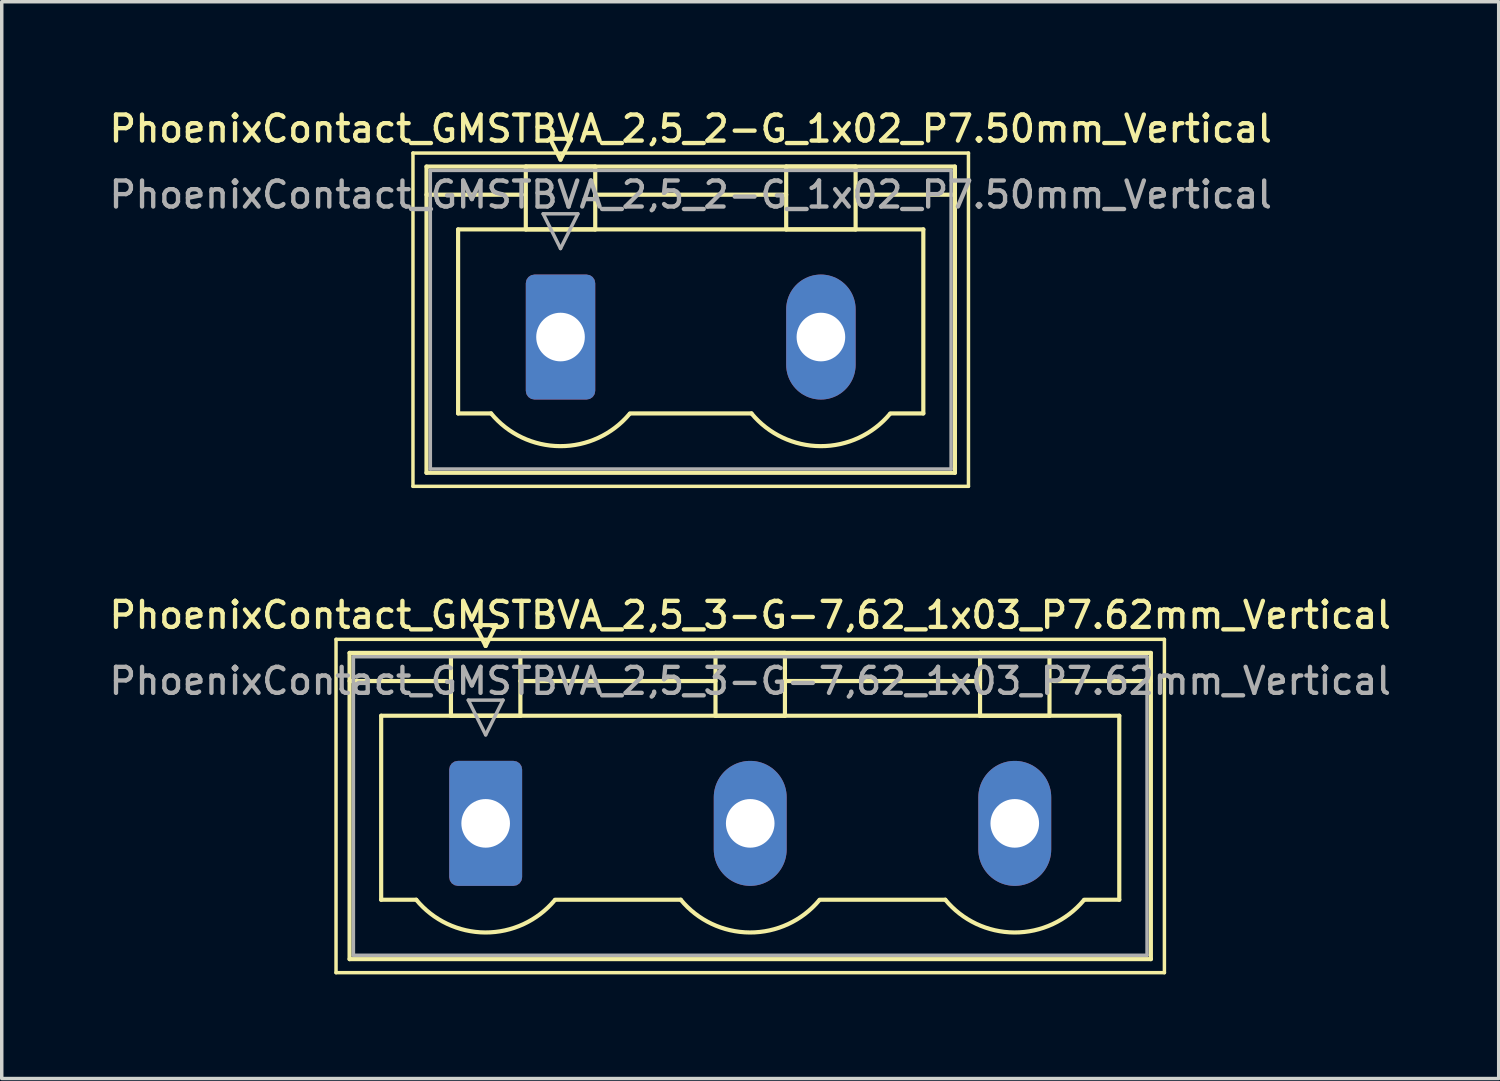
<source format=kicad_pcb>
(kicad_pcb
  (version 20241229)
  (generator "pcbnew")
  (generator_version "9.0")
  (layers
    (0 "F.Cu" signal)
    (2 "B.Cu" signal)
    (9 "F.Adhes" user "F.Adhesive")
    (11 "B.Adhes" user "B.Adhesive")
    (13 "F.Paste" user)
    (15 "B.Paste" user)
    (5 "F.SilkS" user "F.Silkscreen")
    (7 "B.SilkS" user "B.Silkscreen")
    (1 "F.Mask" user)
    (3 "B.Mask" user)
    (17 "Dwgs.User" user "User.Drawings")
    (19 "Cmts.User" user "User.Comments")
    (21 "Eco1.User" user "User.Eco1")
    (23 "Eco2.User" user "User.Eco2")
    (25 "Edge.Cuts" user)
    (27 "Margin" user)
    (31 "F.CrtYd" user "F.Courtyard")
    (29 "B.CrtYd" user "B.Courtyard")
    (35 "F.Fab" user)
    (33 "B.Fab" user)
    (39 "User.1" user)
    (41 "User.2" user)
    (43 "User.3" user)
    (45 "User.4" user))
  (footprint "PhoenixContact_GMSTBVA_2,5_2-G_1x02_P7.50mm_Vertical"
    (layer "F.Cu")
    (at 13.095 6.658)
    (property "Reference" "PhoenixContact_GMSTBVA_2,5_2-G_1x02_P7.50mm_Vertical" (at 3.75 -6 0) (layer "F.SilkS") (effects (font (size 0.75 0.75) (thickness 0.125))))
    (attr through_hole)
    (fp_line (start -4.25 -5.3) (end -4.25 4.3) (stroke (width 0.1) (type solid)) (layer "F.SilkS"))
    (fp_line (start -4.25 4.3) (end 11.75 4.3) (stroke (width 0.1) (type solid)) (layer "F.SilkS"))
    (fp_line (start -3.86 -4.91) (end -3.86 3.91) (stroke (width 0.12) (type solid)) (layer "F.SilkS"))
    (fp_line (start -3.86 -4.1) (end -1.11 -4.1) (stroke (width 0.12) (type solid)) (layer "F.SilkS"))
    (fp_line (start -3.86 3.91) (end 11.36 3.91) (stroke (width 0.12) (type solid)) (layer "F.SilkS"))
    (fp_line (start -2.95 -3.1) (end 10.45 -3.1) (stroke (width 0.12) (type solid)) (layer "F.SilkS"))
    (fp_line (start -2.95 2.2) (end -2.95 -3.1) (stroke (width 0.12) (type solid)) (layer "F.SilkS"))
    (fp_line (start -2 2.2) (end -2.95 2.2) (stroke (width 0.12) (type solid)) (layer "F.SilkS"))
    (fp_line (start -1 -4.91) (end 1 -4.91) (stroke (width 0.12) (type solid)) (layer "F.SilkS"))
    (fp_line (start -1 -3.1) (end -1 -4.91) (stroke (width 0.12) (type solid)) (layer "F.SilkS"))
    (fp_line (start -0.3 -5.71) (end 0.3 -5.71) (stroke (width 0.12) (type solid)) (layer "F.SilkS"))
    (fp_line (start 0 -5.11) (end -0.3 -5.71) (stroke (width 0.12) (type solid)) (layer "F.SilkS"))
    (fp_line (start 0.3 -5.71) (end 0 -5.11) (stroke (width 0.12) (type solid)) (layer "F.SilkS"))
    (fp_line (start 1 -4.91) (end 1 -3.1) (stroke (width 0.12) (type solid)) (layer "F.SilkS"))
    (fp_line (start 1 -4.1) (end 6.5 -4.1) (stroke (width 0.12) (type solid)) (layer "F.SilkS"))
    (fp_line (start 1 -3.1) (end -1 -3.1) (stroke (width 0.12) (type solid)) (layer "F.SilkS"))
    (fp_line (start 2 2.2) (end 5.5 2.2) (stroke (width 0.12) (type solid)) (layer "F.SilkS"))
    (fp_line (start 6.5 -4.91) (end 8.5 -4.91) (stroke (width 0.12) (type solid)) (layer "F.SilkS"))
    (fp_line (start 6.5 -3.1) (end 6.5 -4.91) (stroke (width 0.12) (type solid)) (layer "F.SilkS"))
    (fp_line (start 8.5 -4.91) (end 8.5 -3.1) (stroke (width 0.12) (type solid)) (layer "F.SilkS"))
    (fp_line (start 8.5 -3.1) (end 6.5 -3.1) (stroke (width 0.12) (type solid)) (layer "F.SilkS"))
    (fp_line (start 10.45 -3.1) (end 10.45 2.2) (stroke (width 0.12) (type solid)) (layer "F.SilkS"))
    (fp_line (start 10.45 2.2) (end 9.5 2.2) (stroke (width 0.12) (type solid)) (layer "F.SilkS"))
    (fp_line (start 11.36 -4.91) (end -3.86 -4.91) (stroke (width 0.12) (type solid)) (layer "F.SilkS"))
    (fp_line (start 11.36 -4.1) (end 8.61 -4.1) (stroke (width 0.12) (type solid)) (layer "F.SilkS"))
    (fp_line (start 11.36 3.91) (end 11.36 -4.91) (stroke (width 0.12) (type solid)) (layer "F.SilkS"))
    (fp_line (start 11.75 -5.3) (end -4.25 -5.3) (stroke (width 0.1) (type solid)) (layer "F.SilkS"))
    (fp_line (start 11.75 4.3) (end 11.75 -5.3) (stroke (width 0.1) (type solid)) (layer "F.SilkS"))
    (fp_arc (start 1.986842 2.215821) (mid -0.010289 3.142758) (end -2 2.2) (stroke (width 0.12) (type solid)) (layer "F.SilkS"))
    (fp_arc (start 9.486842 2.215821) (mid 7.489711 3.142758) (end 5.5 2.2) (stroke (width 0.12) (type solid)) (layer "F.SilkS"))
    (fp_line (start -3.75 -4.8) (end -3.75 3.8) (stroke (width 0.1) (type solid)) (layer "F.Fab"))
    (fp_line (start -3.75 3.8) (end 11.25 3.8) (stroke (width 0.1) (type solid)) (layer "F.Fab"))
    (fp_line (start -0.5 -3.55) (end 0.5 -3.55) (stroke (width 0.1) (type solid)) (layer "F.Fab"))
    (fp_line (start 0 -2.55) (end -0.5 -3.55) (stroke (width 0.1) (type solid)) (layer "F.Fab"))
    (fp_line (start 0.5 -3.55) (end 0 -2.55) (stroke (width 0.1) (type solid)) (layer "F.Fab"))
    (fp_line (start 11.25 -4.8) (end -3.75 -4.8) (stroke (width 0.1) (type solid)) (layer "F.Fab"))
    (fp_line (start 11.25 3.8) (end 11.25 -4.8) (stroke (width 0.1) (type solid)) (layer "F.Fab"))
    (fp_text user "${REFERENCE}" (at 3.75 -4.1 0) (layer "F.Fab") (effects (font (size 0.75 0.75) (thickness 0.125))))
    (pad "1" thru_hole roundrect (at 0 0) (size 2 3.6) (drill 1.4) (layers "*.Cu" "*.Mask") (roundrect_rratio 0.125))
    (pad "2" thru_hole oval (at 7.5 0) (size 2 3.6) (drill 1.4) (layers "*.Cu" "*.Mask")))
  (footprint "PhoenixContact_GMSTBVA_2,5_3-G-7,62_1x03_P7.62mm_Vertical"
    (layer "F.Cu")
    (at 10.939 20.666)
    (property "Reference" "PhoenixContact_GMSTBVA_2,5_3-G-7,62_1x03_P7.62mm_Vertical" (at 7.62 -6 0) (layer "F.SilkS") (effects (font (size 0.75 0.75) (thickness 0.125))))
    (attr through_hole)
    (fp_line (start -4.31 -5.3) (end -4.31 4.3) (stroke (width 0.1) (type solid)) (layer "F.SilkS"))
    (fp_line (start -4.31 4.3) (end 19.55 4.3) (stroke (width 0.1) (type solid)) (layer "F.SilkS"))
    (fp_line (start -3.92 -4.91) (end -3.92 3.91) (stroke (width 0.12) (type solid)) (layer "F.SilkS"))
    (fp_line (start -3.92 -4.1) (end -1.11 -4.1) (stroke (width 0.12) (type solid)) (layer "F.SilkS"))
    (fp_line (start -3.92 3.91) (end 19.16 3.91) (stroke (width 0.12) (type solid)) (layer "F.SilkS"))
    (fp_line (start -3.01 -3.1) (end 18.25 -3.1) (stroke (width 0.12) (type solid)) (layer "F.SilkS"))
    (fp_line (start -3.01 2.2) (end -3.01 -3.1) (stroke (width 0.12) (type solid)) (layer "F.SilkS"))
    (fp_line (start -2 2.2) (end -3.01 2.2) (stroke (width 0.12) (type solid)) (layer "F.SilkS"))
    (fp_line (start -1 -4.91) (end 1 -4.91) (stroke (width 0.12) (type solid)) (layer "F.SilkS"))
    (fp_line (start -1 -3.1) (end -1 -4.91) (stroke (width 0.12) (type solid)) (layer "F.SilkS"))
    (fp_line (start -0.3 -5.71) (end 0.3 -5.71) (stroke (width 0.12) (type solid)) (layer "F.SilkS"))
    (fp_line (start 0 -5.11) (end -0.3 -5.71) (stroke (width 0.12) (type solid)) (layer "F.SilkS"))
    (fp_line (start 0.3 -5.71) (end 0 -5.11) (stroke (width 0.12) (type solid)) (layer "F.SilkS"))
    (fp_line (start 1 -4.91) (end 1 -3.1) (stroke (width 0.12) (type solid)) (layer "F.SilkS"))
    (fp_line (start 1 -4.1) (end 6.62 -4.1) (stroke (width 0.12) (type solid)) (layer "F.SilkS"))
    (fp_line (start 1 -3.1) (end -1 -3.1) (stroke (width 0.12) (type solid)) (layer "F.SilkS"))
    (fp_line (start 2 2.2) (end 5.62 2.2) (stroke (width 0.12) (type solid)) (layer "F.SilkS"))
    (fp_line (start 6.62 -4.91) (end 8.62 -4.91) (stroke (width 0.12) (type solid)) (layer "F.SilkS"))
    (fp_line (start 6.62 -3.1) (end 6.62 -4.91) (stroke (width 0.12) (type solid)) (layer "F.SilkS"))
    (fp_line (start 8.62 -4.91) (end 8.62 -3.1) (stroke (width 0.12) (type solid)) (layer "F.SilkS"))
    (fp_line (start 8.62 -4.1) (end 14.24 -4.1) (stroke (width 0.12) (type solid)) (layer "F.SilkS"))
    (fp_line (start 8.62 -3.1) (end 6.62 -3.1) (stroke (width 0.12) (type solid)) (layer "F.SilkS"))
    (fp_line (start 9.62 2.2) (end 13.24 2.2) (stroke (width 0.12) (type solid)) (layer "F.SilkS"))
    (fp_line (start 14.24 -4.91) (end 16.24 -4.91) (stroke (width 0.12) (type solid)) (layer "F.SilkS"))
    (fp_line (start 14.24 -3.1) (end 14.24 -4.91) (stroke (width 0.12) (type solid)) (layer "F.SilkS"))
    (fp_line (start 16.24 -4.91) (end 16.24 -3.1) (stroke (width 0.12) (type solid)) (layer "F.SilkS"))
    (fp_line (start 16.24 -3.1) (end 14.24 -3.1) (stroke (width 0.12) (type solid)) (layer "F.SilkS"))
    (fp_line (start 18.25 -3.1) (end 18.25 2.2) (stroke (width 0.12) (type solid)) (layer "F.SilkS"))
    (fp_line (start 18.25 2.2) (end 17.24 2.2) (stroke (width 0.12) (type solid)) (layer "F.SilkS"))
    (fp_line (start 19.16 -4.91) (end -3.92 -4.91) (stroke (width 0.12) (type solid)) (layer "F.SilkS"))
    (fp_line (start 19.16 -4.1) (end 16.35 -4.1) (stroke (width 0.12) (type solid)) (layer "F.SilkS"))
    (fp_line (start 19.16 3.91) (end 19.16 -4.91) (stroke (width 0.12) (type solid)) (layer "F.SilkS"))
    (fp_line (start 19.55 -5.3) (end -4.31 -5.3) (stroke (width 0.1) (type solid)) (layer "F.SilkS"))
    (fp_line (start 19.55 4.3) (end 19.55 -5.3) (stroke (width 0.1) (type solid)) (layer "F.SilkS"))
    (fp_arc (start 1.986842 2.215821) (mid -0.010289 3.142758) (end -2 2.2) (stroke (width 0.12) (type solid)) (layer "F.SilkS"))
    (fp_arc (start 9.606842 2.215821) (mid 7.609711 3.142758) (end 5.62 2.2) (stroke (width 0.12) (type solid)) (layer "F.SilkS"))
    (fp_arc (start 17.226842 2.215821) (mid 15.229711 3.142758) (end 13.24 2.2) (stroke (width 0.12) (type solid)) (layer "F.SilkS"))
    (fp_line (start -3.81 -4.8) (end -3.81 3.8) (stroke (width 0.1) (type solid)) (layer "F.Fab"))
    (fp_line (start -3.81 3.8) (end 19.05 3.8) (stroke (width 0.1) (type solid)) (layer "F.Fab"))
    (fp_line (start -0.5 -3.55) (end 0.5 -3.55) (stroke (width 0.1) (type solid)) (layer "F.Fab"))
    (fp_line (start 0 -2.55) (end -0.5 -3.55) (stroke (width 0.1) (type solid)) (layer "F.Fab"))
    (fp_line (start 0.5 -3.55) (end 0 -2.55) (stroke (width 0.1) (type solid)) (layer "F.Fab"))
    (fp_line (start 19.05 -4.8) (end -3.81 -4.8) (stroke (width 0.1) (type solid)) (layer "F.Fab"))
    (fp_line (start 19.05 3.8) (end 19.05 -4.8) (stroke (width 0.1) (type solid)) (layer "F.Fab"))
    (fp_text user "${REFERENCE}" (at 7.62 -4.1 0) (layer "F.Fab") (effects (font (size 0.75 0.75) (thickness 0.125))))
    (pad "1" thru_hole roundrect (at 0 0) (size 2.1 3.6) (drill 1.4) (layers "*.Cu" "*.Mask") (roundrect_rratio 0.119))
    (pad "2" thru_hole oval (at 7.62 0) (size 2.1 3.6) (drill 1.4) (layers "*.Cu" "*.Mask"))
    (pad "3" thru_hole oval (at 15.24 0) (size 2.1 3.6) (drill 1.4) (layers "*.Cu" "*.Mask")))
  (gr_rect
    (start -3 -3)
    (end 40.118 28.016)
    (stroke (width 0.1) (type default))
    (fill no)
    (layer "Edge.Cuts")))
</source>
